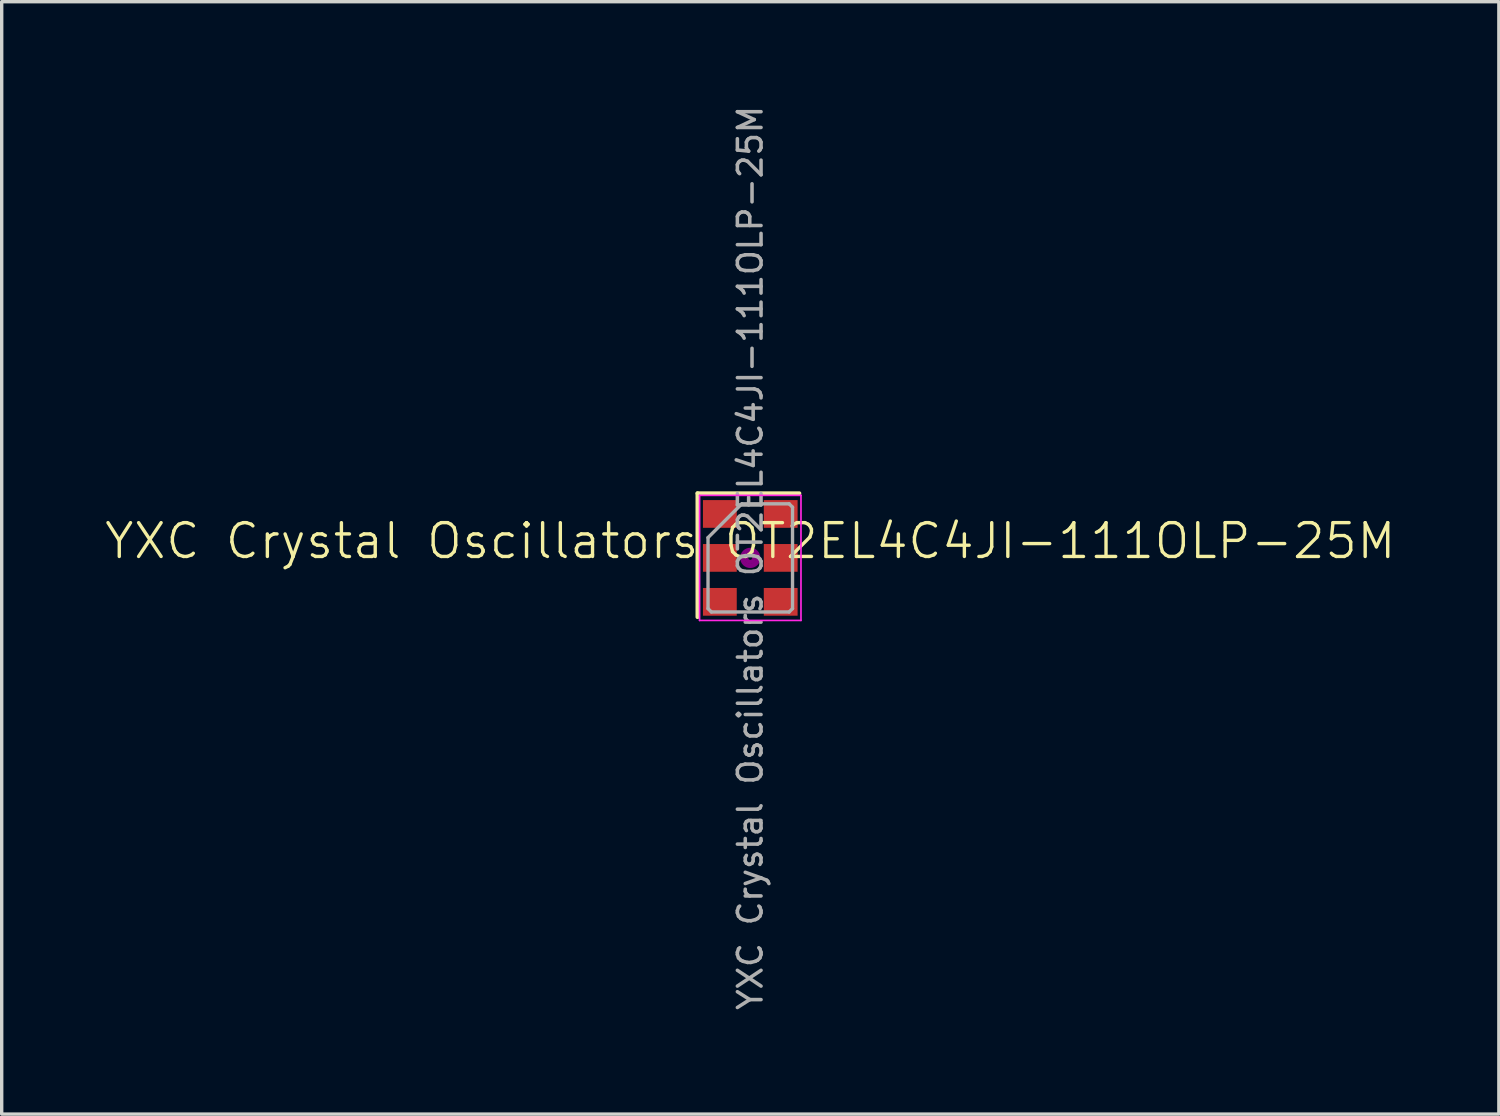
<source format=kicad_pcb>
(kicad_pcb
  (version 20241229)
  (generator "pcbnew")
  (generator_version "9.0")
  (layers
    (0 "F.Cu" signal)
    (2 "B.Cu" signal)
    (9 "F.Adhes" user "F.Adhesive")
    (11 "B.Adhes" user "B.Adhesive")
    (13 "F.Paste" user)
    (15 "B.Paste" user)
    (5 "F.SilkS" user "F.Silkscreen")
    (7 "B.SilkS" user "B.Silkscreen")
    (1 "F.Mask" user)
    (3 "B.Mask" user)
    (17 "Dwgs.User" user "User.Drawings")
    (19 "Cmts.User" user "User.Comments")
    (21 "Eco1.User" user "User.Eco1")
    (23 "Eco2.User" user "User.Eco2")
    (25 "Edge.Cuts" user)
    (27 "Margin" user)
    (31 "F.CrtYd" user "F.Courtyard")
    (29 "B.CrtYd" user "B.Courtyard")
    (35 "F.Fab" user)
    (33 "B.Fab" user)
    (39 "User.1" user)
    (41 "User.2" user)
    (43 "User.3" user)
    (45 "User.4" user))
  (footprint "YXC Crystal Oscillators OT2EL4C4JI-111OLP-25M"
    (layer "F.Cu")
    (at 19.145 13.454)
    (property "Reference" "YXC Crystal Oscillators OT2EL4C4JI-111OLP-25M" (at 0 -0.5 0) (unlocked yes) (layer "F.SilkS") (effects (font (size 1 1) (thickness 0.1))))
    (attr smd)
    (fp_line (start -1.56 -1.91) (end -1.56 1.75) (stroke (width 0.12) (type solid)) (layer "F.SilkS"))
    (fp_line (start 1.45 -1.91) (end -1.56 -1.91) (stroke (width 0.12) (type solid)) (layer "F.SilkS"))
    (fp_circle (center 0 0) (end 0 0.058) (stroke (width 0.117) (type solid)) (fill no) (layer "F.Adhes"))
    (fp_circle (center 0 0) (end 0 0.133) (stroke (width 0.083) (type solid)) (fill no) (layer "F.Adhes"))
    (fp_circle (center 0 0) (end 0 0.208) (stroke (width 0.083) (type solid)) (fill no) (layer "F.Adhes"))
    (fp_circle (center 0 0) (end 0 0.25) (stroke (width 0.1) (type solid)) (fill no) (layer "F.Adhes"))
    (fp_line (start -1.5 -1.85) (end -1.5 1.85) (stroke (width 0.05) (type solid)) (layer "F.CrtYd"))
    (fp_line (start -1.5 1.85) (end 1.5 1.85) (stroke (width 0.05) (type solid)) (layer "F.CrtYd"))
    (fp_line (start 1.5 -1.85) (end -1.5 -1.85) (stroke (width 0.05) (type solid)) (layer "F.CrtYd"))
    (fp_line (start 1.5 1.85) (end 1.5 -1.85) (stroke (width 0.05) (type solid)) (layer "F.CrtYd"))
    (fp_line (start -1.25 1.5) (end -1.25 -0.6) (stroke (width 0.1) (type solid)) (layer "F.Fab"))
    (fp_line (start -1.15 1.6) (end -1.25 1.5) (stroke (width 0.1) (type solid)) (layer "F.Fab"))
    (fp_line (start -0.25 -1.6) (end -1.25 -0.6) (stroke (width 0.1) (type solid)) (layer "F.Fab"))
    (fp_line (start -0.25 -1.6) (end 1.15 -1.6) (stroke (width 0.1) (type solid)) (layer "F.Fab"))
    (fp_line (start 1.15 -1.6) (end 1.25 -1.5) (stroke (width 0.1) (type solid)) (layer "F.Fab"))
    (fp_line (start 1.15 1.6) (end -1.15 1.6) (stroke (width 0.1) (type solid)) (layer "F.Fab"))
    (fp_line (start 1.25 -1.5) (end 1.25 1.5) (stroke (width 0.1) (type solid)) (layer "F.Fab"))
    (fp_line (start 1.25 1.5) (end 1.15 1.6) (stroke (width 0.1) (type solid)) (layer "F.Fab"))
    (fp_text user "${REFERENCE}" (at 0 0 270) (layer "F.Fab") (effects (font (size 0.7 0.7) (thickness 0.105))))
    (pad "1" smd rect (at -0.9 -1.3) (size 1 0.82) (layers "F.Cu" "F.Mask" "F.Paste"))
    (pad "2" smd rect (at -0.9 0) (size 1 0.82) (layers "F.Cu" "F.Mask" "F.Paste"))
    (pad "3" smd rect (at -0.9 1.3) (size 1 0.82) (layers "F.Cu" "F.Mask" "F.Paste"))
    (pad "4" smd rect (at 0.9 1.3) (size 1 0.82) (layers "F.Cu" "F.Mask" "F.Paste"))
    (pad "5" smd rect (at 0.9 0) (size 1 0.82) (layers "F.Cu" "F.Mask" "F.Paste"))
    (pad "6" smd rect (at 0.9 -1.3) (size 1 0.82) (layers "F.Cu" "F.Mask" "F.Paste")))
  (gr_rect
    (start -3 -3)
    (end 41.29 29.908)
    (stroke (width 0.1) (type default))
    (fill no)
    (layer "Edge.Cuts")))
</source>
